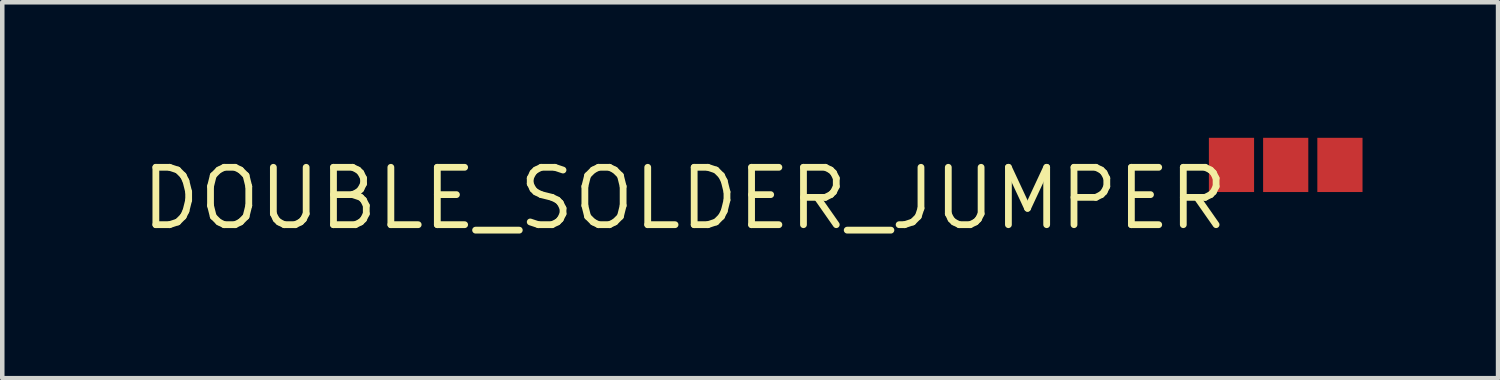
<source format=kicad_pcb>
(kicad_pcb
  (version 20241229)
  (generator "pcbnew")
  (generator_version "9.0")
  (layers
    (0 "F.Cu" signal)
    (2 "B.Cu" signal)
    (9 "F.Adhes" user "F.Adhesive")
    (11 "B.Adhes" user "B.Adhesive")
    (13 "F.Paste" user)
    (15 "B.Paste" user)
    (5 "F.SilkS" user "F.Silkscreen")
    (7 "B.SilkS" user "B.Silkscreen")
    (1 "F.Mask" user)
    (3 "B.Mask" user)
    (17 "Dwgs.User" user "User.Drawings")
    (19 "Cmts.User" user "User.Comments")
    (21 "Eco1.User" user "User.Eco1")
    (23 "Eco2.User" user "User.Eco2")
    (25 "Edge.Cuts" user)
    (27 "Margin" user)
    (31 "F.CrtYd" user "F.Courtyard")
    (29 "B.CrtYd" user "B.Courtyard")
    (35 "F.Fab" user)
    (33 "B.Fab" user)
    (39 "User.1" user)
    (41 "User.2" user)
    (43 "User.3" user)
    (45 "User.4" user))
  (footprint "DOUBLE_SOLDER_JUMPER"
    (layer "F.Cu")
    (at 24.205 0.6)
    (property "Reference" "DOUBLE_SOLDER_JUMPER" (at 0 0 0) (layer "F.SilkS") (effects (font (size 1.27 1.27) (thickness 0.15)) (justify right top)))
    (attr through_hole)
    (pad "1" smd rect (at 0 0) (size 1 1.2) (layers "F.Cu" "F.Mask" "F.Paste"))
    (pad "2" smd rect (at 1.2 0) (size 1 1.2) (layers "F.Cu" "F.Mask" "F.Paste"))
    (pad "3" smd rect (at 2.4 0) (size 1 1.2) (layers "F.Cu" "F.Mask" "F.Paste")))
  (gr_rect
    (start -3 -3)
    (end 30.105 5.32)
    (stroke (width 0.1) (type default))
    (fill no)
    (layer "Edge.Cuts")))
</source>
